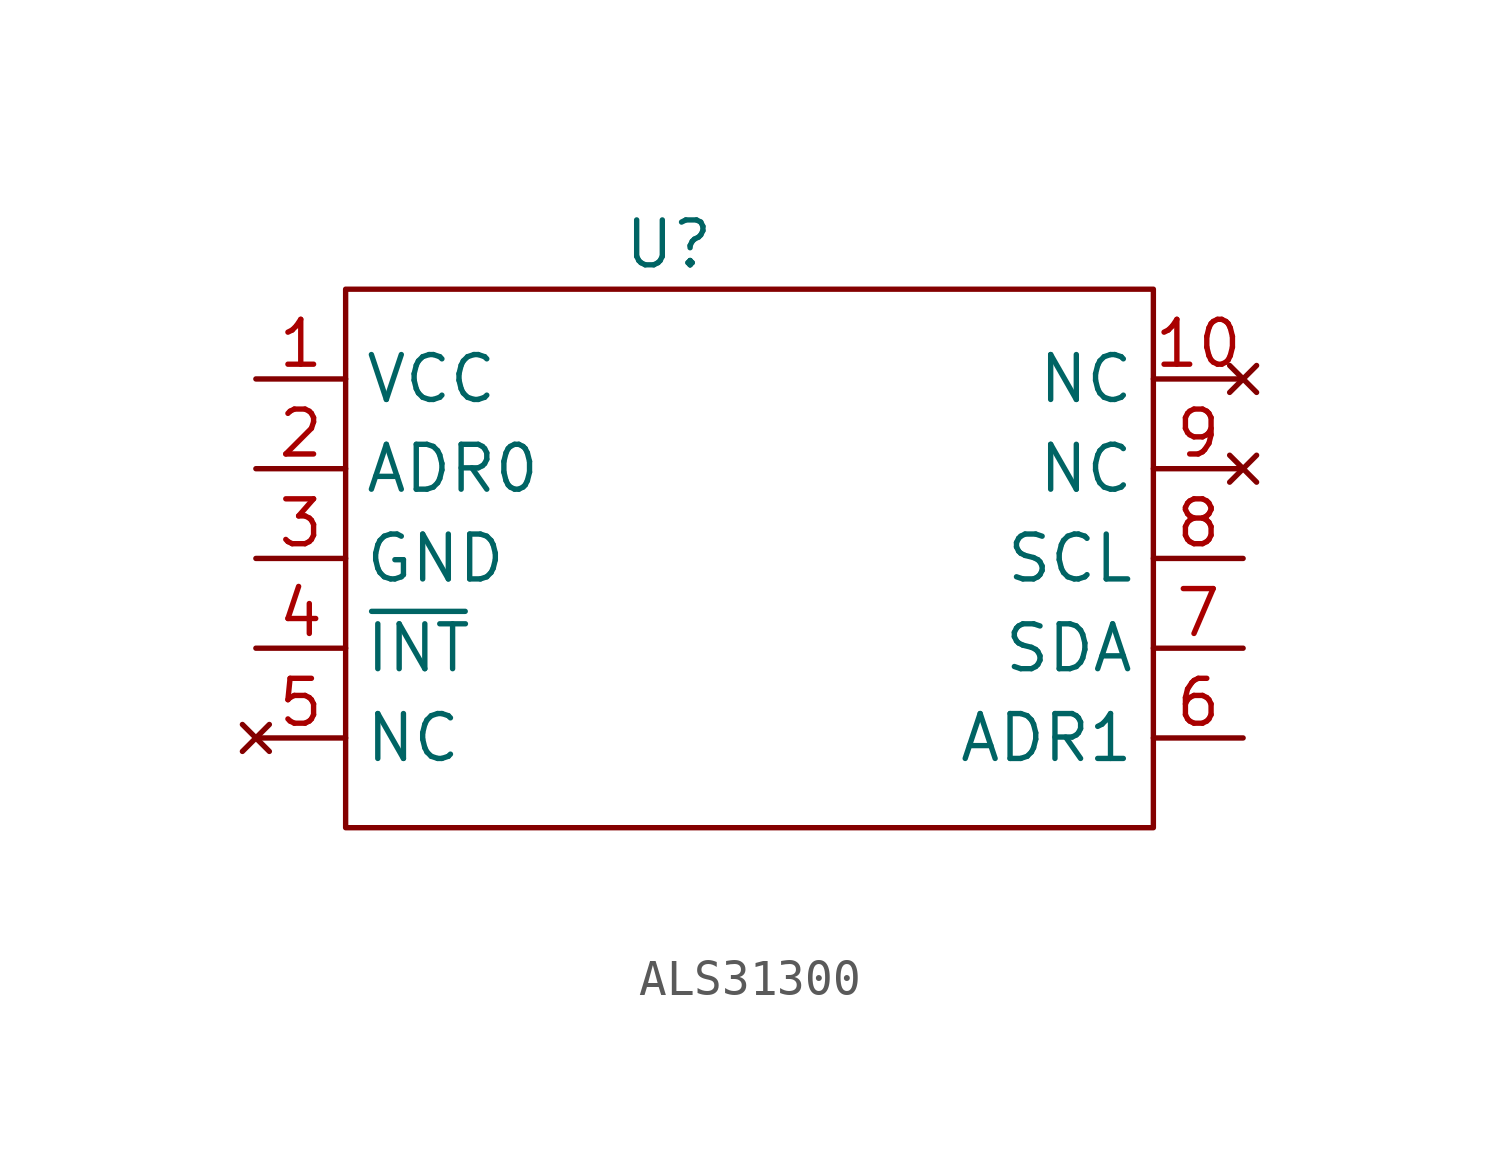
<source format=kicad_sym>
(kicad_symbol_lib
  (version 20231120)
  (generator "kicad_symbol_editor")
  (generator_version "8.0")
  (symbol "ALS31300"
    (property "Reference" "U"
      (at -2.286 17.78 0)
      (effects (font (size 1.27 1.27))))
    (property "Value" ""
      (at 0 0 0)
      (effects (font (size 1.27 1.27))))
    (symbol "ALS31300_0_1"
      (rectangle (start -11.43 16.51) (end 11.43 1.27) (stroke (width 0) (type default)) (fill (type none))))
    (symbol "ALS31300_1_1"
      (pin input line (at -13.97 13.97 0) (length 2.54) (name "VCC" (effects (font (size 1.27 1.27)))) (number "1" (effects (font (size 1.27 1.27)))))
      (pin no_connect line (at 13.97 13.97 180) (length 2.54) (name "NC" (effects (font (size 1.27 1.27)))) (number "10" (effects (font (size 1.27 1.27)))))
      (pin input line (at -13.97 11.43 0) (length 2.54) (name "ADR0" (effects (font (size 1.27 1.27)))) (number "2" (effects (font (size 1.27 1.27)))))
      (pin input line (at -13.97 8.89 0) (length 2.54) (name "GND" (effects (font (size 1.27 1.27)))) (number "3" (effects (font (size 1.27 1.27)))))
      (pin input line (at -13.97 6.35 0) (length 2.54) (name "~{INT}" (effects (font (size 1.27 1.27)))) (number "4" (effects (font (size 1.27 1.27)))))
      (pin no_connect line (at -13.97 3.81 0) (length 2.54) (name "NC" (effects (font (size 1.27 1.27)))) (number "5" (effects (font (size 1.27 1.27)))))
      (pin input line (at 13.97 3.81 180) (length 2.54) (name "ADR1" (effects (font (size 1.27 1.27)))) (number "6" (effects (font (size 1.27 1.27)))))
      (pin input line (at 13.97 6.35 180) (length 2.54) (name "SDA" (effects (font (size 1.27 1.27)))) (number "7" (effects (font (size 1.27 1.27)))))
      (pin input line (at 13.97 8.89 180) (length 2.54) (name "SCL" (effects (font (size 1.27 1.27)))) (number "8" (effects (font (size 1.27 1.27)))))
      (pin no_connect line (at 13.97 11.43 180) (length 2.54) (name "NC" (effects (font (size 1.27 1.27)))) (number "9" (effects (font (size 1.27 1.27))))))))
</source>
